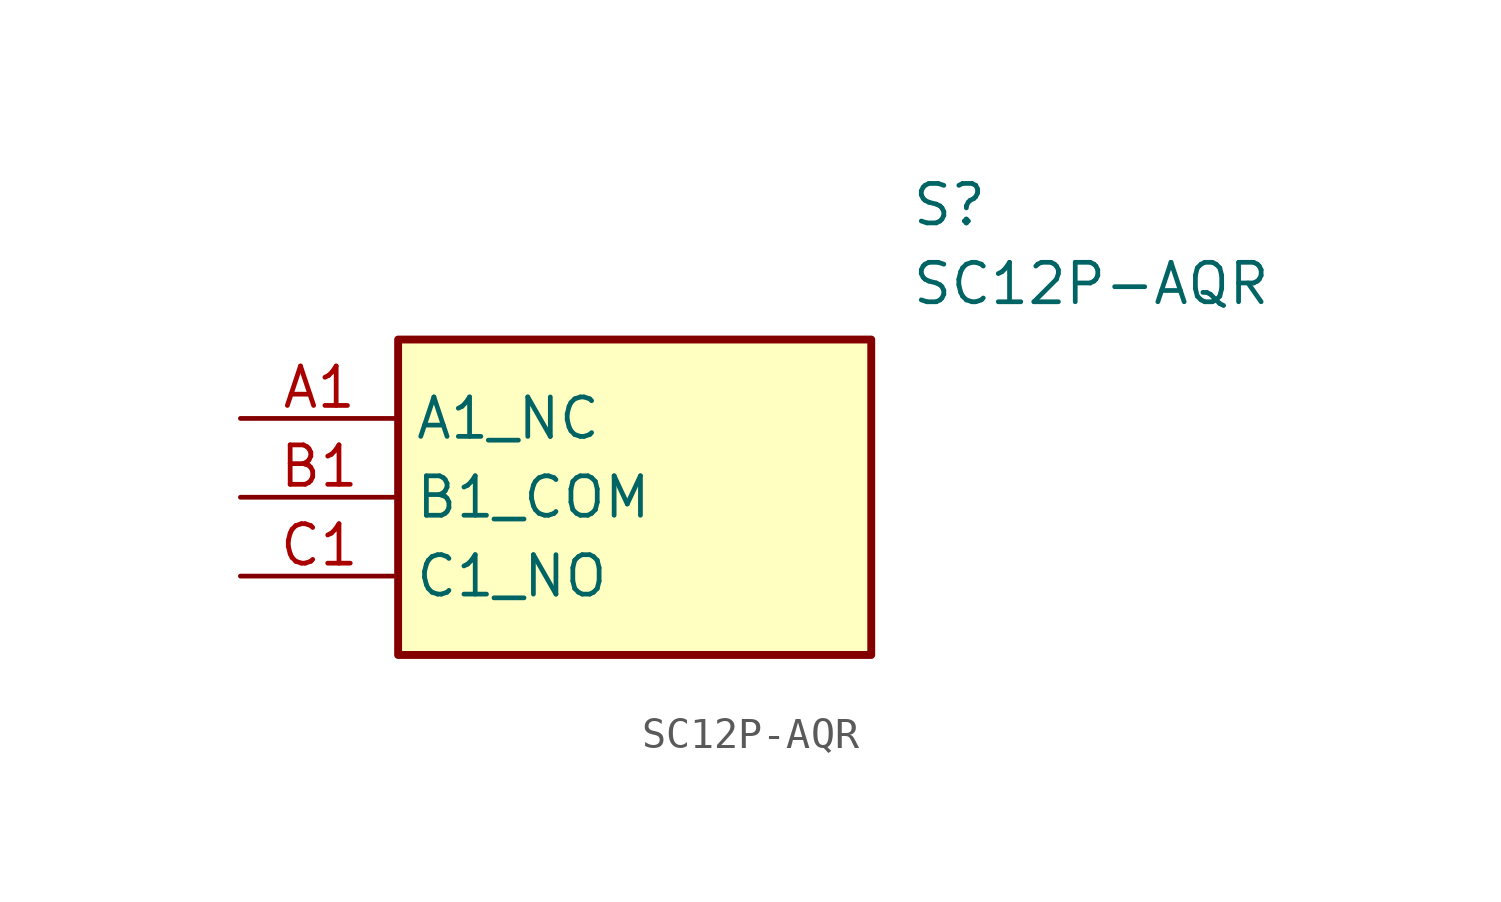
<source format=kicad_sym>
(kicad_symbol_lib
  (version 20211014)
  (generator SamacSys_ECAD_Model)
  (symbol "SC12P-AQR"
    (property "Reference" "S"
      (at 21.59 7.62 0)
      (effects (font (size 1.27 1.27)) (justify left top)))
    (property "Value" "SC12P-AQR"
      (at 21.59 5.08 0)
      (effects (font (size 1.27 1.27)) (justify left top)))
    (rectangle
      (start 5.08 2.54)
      (end 20.32 -7.62)
      (stroke (width 0.254) (type default))
      (fill (type background)))
    (pin passive line
      (at 0 0 0)
      (length 5.08)
      (name "A1_NC" (effects (font (size 1.27 1.27))))
      (number "A1" (effects (font (size 1.27 1.27)))))
    (pin passive line
      (at 0 -2.54 0)
      (length 5.08)
      (name "B1_COM" (effects (font (size 1.27 1.27))))
      (number "B1" (effects (font (size 1.27 1.27)))))
    (pin passive line
      (at 0 -5.08 0)
      (length 5.08)
      (name "C1_NO" (effects (font (size 1.27 1.27))))
      (number "C1" (effects (font (size 1.27 1.27)))))))
</source>
